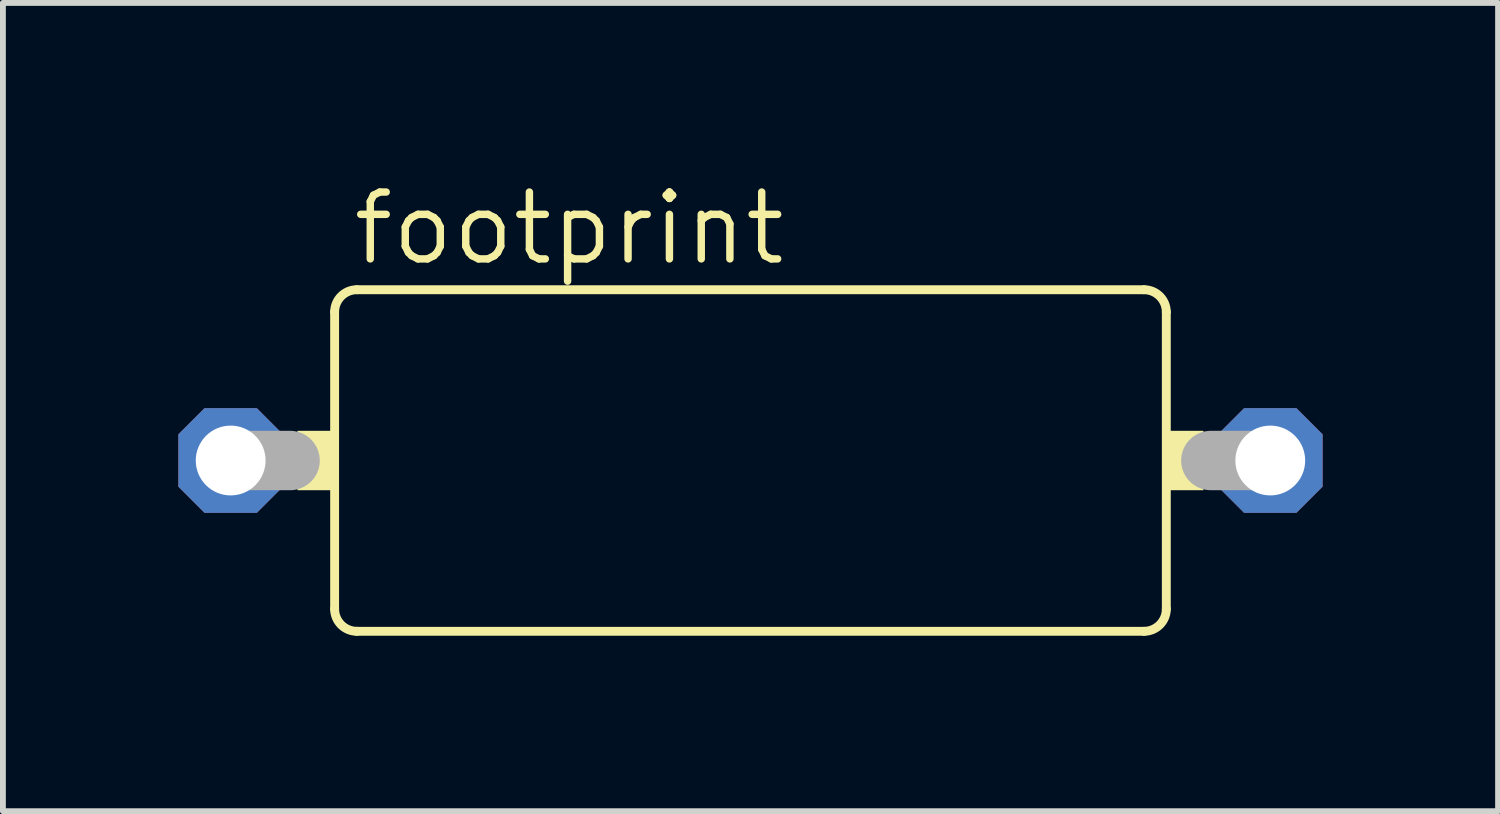
<source format=kicad_pcb>
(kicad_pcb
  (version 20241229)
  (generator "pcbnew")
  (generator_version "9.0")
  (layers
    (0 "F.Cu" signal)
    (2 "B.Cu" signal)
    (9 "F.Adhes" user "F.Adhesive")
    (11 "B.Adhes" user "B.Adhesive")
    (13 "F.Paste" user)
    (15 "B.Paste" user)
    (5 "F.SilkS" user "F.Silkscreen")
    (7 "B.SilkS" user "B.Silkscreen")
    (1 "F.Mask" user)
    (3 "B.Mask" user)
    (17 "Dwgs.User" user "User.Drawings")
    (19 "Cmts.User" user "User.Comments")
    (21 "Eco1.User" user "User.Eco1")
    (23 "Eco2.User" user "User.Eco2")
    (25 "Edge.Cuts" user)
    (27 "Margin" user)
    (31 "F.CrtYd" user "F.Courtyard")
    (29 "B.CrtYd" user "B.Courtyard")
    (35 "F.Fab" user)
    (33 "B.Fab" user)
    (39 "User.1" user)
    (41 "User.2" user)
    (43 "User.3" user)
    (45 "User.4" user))
  (footprint "footprint"
    (layer "F.Cu")
    (at 9.785 4.826)
    (property "Reference" "footprint" (at -6.858 -3.302 0) (layer "F.SilkS") (effects (font (size 1.143 1.143) (thickness 0.127)) (justify left bottom)))
    (fp_line (start -7.112 -2.54) (end -7.112 2.54) (stroke (width 0.152) (type solid)) (layer "F.SilkS"))
    (fp_line (start -6.731 -2.921) (end 6.731 -2.921) (stroke (width 0.152) (type solid)) (layer "F.SilkS"))
    (fp_line (start 6.731 2.921) (end -6.731 2.921) (stroke (width 0.152) (type solid)) (layer "F.SilkS"))
    (fp_line (start 7.112 -2.54) (end 7.112 2.54) (stroke (width 0.152) (type solid)) (layer "F.SilkS"))
    (fp_arc (start -7.112 -2.54) (mid -7.000408 -2.809408) (end -6.731 -2.921) (stroke (width 0.1524) (type solid)) (layer "F.SilkS"))
    (fp_arc (start -6.731 2.921) (mid -7.000408 2.809408) (end -7.112 2.54) (stroke (width 0.1524) (type solid)) (layer "F.SilkS"))
    (fp_arc (start 6.731 -2.921) (mid 7.000408 -2.809408) (end 7.112 -2.54) (stroke (width 0.1524) (type solid)) (layer "F.SilkS"))
    (fp_arc (start 7.112 2.54) (mid 7.000408 2.809408) (end 6.731 2.921) (stroke (width 0.1524) (type solid)) (layer "F.SilkS"))
    (fp_poly (pts (xy -7.747 0.508) (xy -7.112 0.508) (xy -7.112 -0.508) (xy -7.747 -0.508)) (stroke (width 0) (type solid)) (fill yes) (layer "F.SilkS"))
    (fp_poly (pts (xy 7.112 0.508) (xy 7.747 0.508) (xy 7.747 -0.508) (xy 7.112 -0.508)) (stroke (width 0) (type solid)) (fill yes) (layer "F.SilkS"))
    (fp_line (start -7.874 0) (end -8.89 0) (stroke (width 1.016) (type solid)) (layer "F.Fab"))
    (fp_line (start 8.89 0) (end 7.874 0) (stroke (width 1.016) (type solid)) (layer "F.Fab"))
    (pad "1" thru_hole roundrect (at -8.89 0) (size 1.791 1.791) (drill 1.194) (layers "*.Cu" "*.Mask") (roundrect_rratio 0.25) (chamfer_ratio 0.25) (chamfer top_left top_right bottom_left bottom_right))
    (pad "2" thru_hole roundrect (at 8.89 0) (size 1.791 1.791) (drill 1.194) (layers "*.Cu" "*.Mask") (roundrect_rratio 0.25) (chamfer_ratio 0.25) (chamfer top_left top_right bottom_left bottom_right)))
  (gr_rect
    (start -3 -3)
    (end 22.571 10.823)
    (stroke (width 0.1) (type default))
    (fill no)
    (layer "Edge.Cuts")))
</source>
